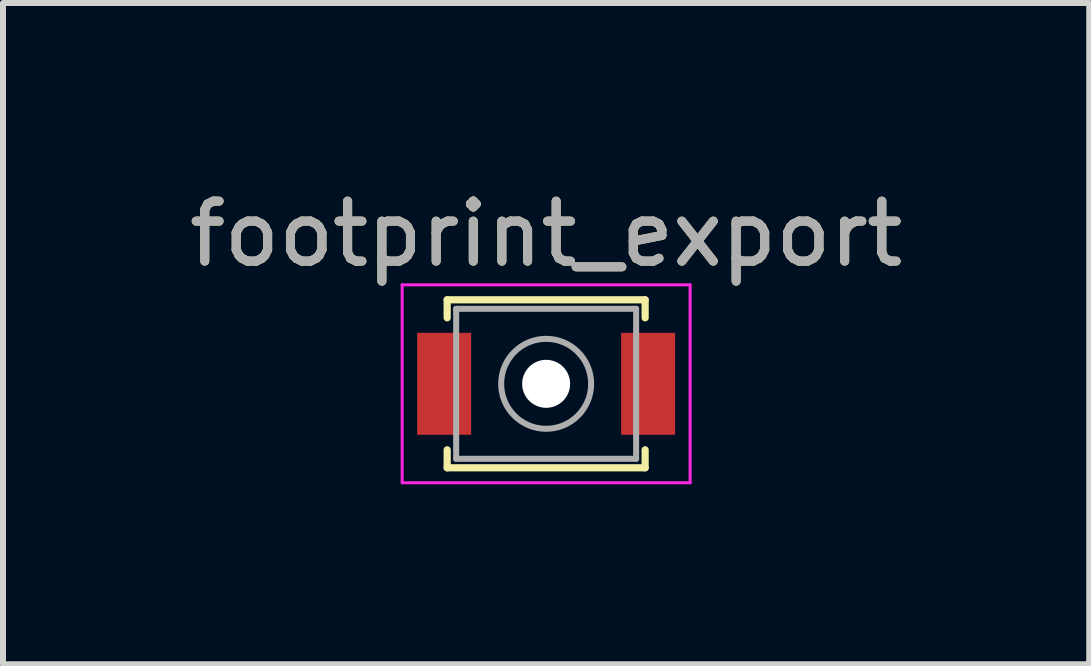
<source format=kicad_pcb>
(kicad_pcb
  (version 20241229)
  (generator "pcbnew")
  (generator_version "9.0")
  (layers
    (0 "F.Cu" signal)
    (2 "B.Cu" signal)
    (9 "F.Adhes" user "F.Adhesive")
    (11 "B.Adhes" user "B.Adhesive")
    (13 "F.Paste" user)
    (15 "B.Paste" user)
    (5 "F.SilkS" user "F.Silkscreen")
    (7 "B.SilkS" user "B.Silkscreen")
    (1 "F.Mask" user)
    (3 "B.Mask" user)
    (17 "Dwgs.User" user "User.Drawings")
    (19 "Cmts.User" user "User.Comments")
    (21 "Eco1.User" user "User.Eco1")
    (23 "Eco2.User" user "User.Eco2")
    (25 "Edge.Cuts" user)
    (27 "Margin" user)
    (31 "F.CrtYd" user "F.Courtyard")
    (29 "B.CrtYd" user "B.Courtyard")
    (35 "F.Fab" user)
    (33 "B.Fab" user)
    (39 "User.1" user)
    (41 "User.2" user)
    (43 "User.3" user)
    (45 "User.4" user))
  (footprint "footprint_export"
    (layer "F.Cu")
    (at 6.054 3.348)
    (property "Reference" "footprint_export" (at 0 -2.5 0) (layer "F.SilkS") (effects (font (size 1 1) (thickness 0.15))))
    (attr smd)
    (fp_line (start -1.65 -1.4) (end 1.65 -1.4) (stroke (width 0.12) (type solid)) (layer "F.SilkS"))
    (fp_line (start -1.65 -1.1) (end -1.65 -1.4) (stroke (width 0.12) (type solid)) (layer "F.SilkS"))
    (fp_line (start -1.65 1.1) (end -1.65 1.4) (stroke (width 0.12) (type solid)) (layer "F.SilkS"))
    (fp_line (start -1.65 1.4) (end 1.65 1.4) (stroke (width 0.12) (type solid)) (layer "F.SilkS"))
    (fp_line (start 1.65 -1.4) (end 1.65 -1.1) (stroke (width 0.12) (type solid)) (layer "F.SilkS"))
    (fp_line (start 1.65 1.4) (end 1.65 1.1) (stroke (width 0.12) (type solid)) (layer "F.SilkS"))
    (fp_line (start -2.4 -1.65) (end -2.4 1.65) (stroke (width 0.05) (type solid)) (layer "F.CrtYd"))
    (fp_line (start -2.4 1.65) (end 2.4 1.65) (stroke (width 0.05) (type solid)) (layer "F.CrtYd"))
    (fp_line (start 2.4 -1.65) (end -2.4 -1.65) (stroke (width 0.05) (type solid)) (layer "F.CrtYd"))
    (fp_line (start 2.4 1.65) (end 2.4 -1.65) (stroke (width 0.05) (type solid)) (layer "F.CrtYd"))
    (fp_line (start -1.5 -1.25) (end 1.5 -1.25) (stroke (width 0.1) (type solid)) (layer "F.Fab"))
    (fp_line (start -1.5 1.25) (end -1.5 -1.25) (stroke (width 0.1) (type solid)) (layer "F.Fab"))
    (fp_line (start 1.5 -1.25) (end 1.5 1.25) (stroke (width 0.1) (type solid)) (layer "F.Fab"))
    (fp_line (start 1.5 1.25) (end -1.5 1.25) (stroke (width 0.1) (type solid)) (layer "F.Fab"))
    (fp_circle (center 0 0) (end 0.75 0) (stroke (width 0.1) (type solid)) (fill no) (layer "F.Fab"))
    (fp_text user "${REFERENCE}" (at 0 -2.5 0) (layer "F.Fab") (effects (font (size 1 1) (thickness 0.15))))
    (pad "" np_thru_hole circle (at 0 0) (size 0.8 0.8) (drill 0.8) (layers "*.Cu" "*.Mask"))
    (pad "1" smd rect (at -1.7 0) (size 0.9 1.7) (layers "F.Cu" "F.Mask" "F.Paste"))
    (pad "2" smd rect (at 1.7 0) (size 0.9 1.7) (layers "F.Cu" "F.Mask" "F.Paste")))
  (gr_rect
    (start -3 -3)
    (end 15.107 8.023)
    (stroke (width 0.1) (type default))
    (fill no)
    (layer "Edge.Cuts")))
</source>
